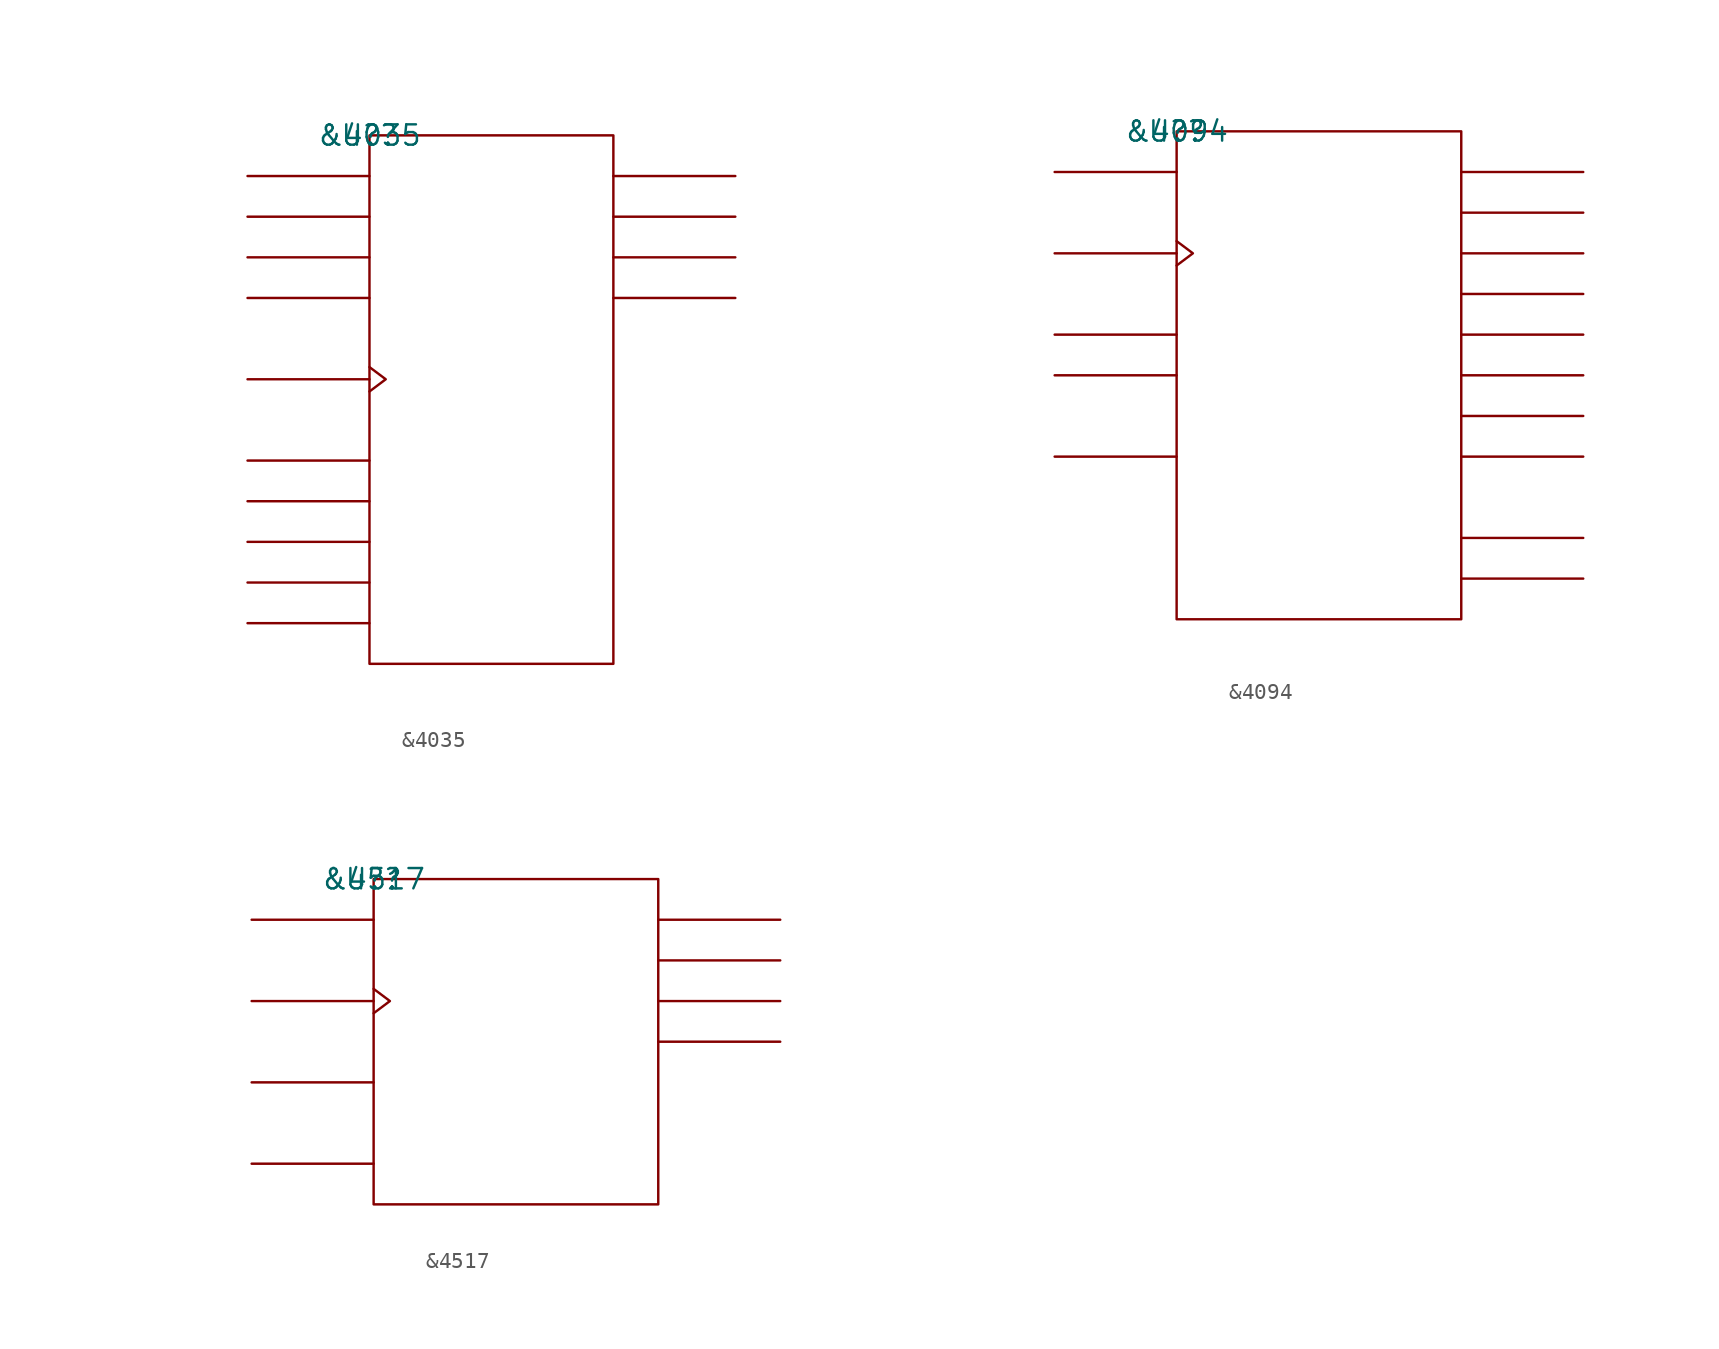
<source format=kicad_sym>
(kicad_symbol_lib
  (version 20211014)
  (generator kicad_symbol_editor)
  (symbol "&4035"
    (pin_names
      (offset 0.762))
    (property "Reference" "U?"
      (at 0 0 0)
      (effects (font (size 1.27 1.27))))
    (property "Value" "&4035"
      (at 0 0 0)
      (effects (font (size 1.27 1.27))))
    (symbol "&4035_0_1"
      (rectangle (start 0 -33.02) (end 15.24 0) (stroke (width 0) (type default) (color 0 0 0 0)) (fill (type none)))
      (polyline (pts (xy 0 -30.48) (xy -7.62 -30.48)) (stroke (width 0) (type default) (color 0 0 0 0)) (fill (type none)))
      (polyline (pts (xy 0 -27.94) (xy -7.62 -27.94)) (stroke (width 0) (type default) (color 0 0 0 0)) (fill (type none)))
      (polyline (pts (xy 0 -25.4) (xy -7.62 -25.4)) (stroke (width 0) (type default) (color 0 0 0 0)) (fill (type none)))
      (polyline (pts (xy 0 -22.86) (xy -7.62 -22.86)) (stroke (width 0) (type default) (color 0 0 0 0)) (fill (type none)))
      (polyline (pts (xy 0 -20.32) (xy -7.62 -20.32)) (stroke (width 0) (type default) (color 0 0 0 0)) (fill (type none)))
      (polyline (pts (xy 0 -15.24) (xy -7.62 -15.24)) (stroke (width 0) (type default) (color 0 0 0 0)) (fill (type none)))
      (polyline (pts (xy 0 -10.16) (xy -7.62 -10.16)) (stroke (width 0) (type default) (color 0 0 0 0)) (fill (type none)))
      (polyline (pts (xy 0 -7.62) (xy -7.62 -7.62)) (stroke (width 0) (type default) (color 0 0 0 0)) (fill (type none)))
      (polyline (pts (xy 0 -5.08) (xy -7.62 -5.08)) (stroke (width 0) (type default) (color 0 0 0 0)) (fill (type none)))
      (polyline (pts (xy 0 -2.54) (xy -7.62 -2.54)) (stroke (width 0) (type default) (color 0 0 0 0)) (fill (type none)))
      (polyline (pts (xy 15.24 -10.16) (xy 22.86 -10.16)) (stroke (width 0) (type default) (color 0 0 0 0)) (fill (type none)))
      (polyline (pts (xy 15.24 -7.62) (xy 22.86 -7.62)) (stroke (width 0) (type default) (color 0 0 0 0)) (fill (type none)))
      (polyline (pts (xy 15.24 -5.08) (xy 22.86 -5.08)) (stroke (width 0) (type default) (color 0 0 0 0)) (fill (type none)))
      (polyline (pts (xy 15.24 -2.54) (xy 22.86 -2.54)) (stroke (width 0) (type default) (color 0 0 0 0)) (fill (type none)))
      (polyline (pts (xy 0 -14.478) (xy 1.016 -15.24) (xy 0 -16.002)) (stroke (width 0) (type default) (color 0 0 0 0)) (fill (type none))))
    (symbol "&4035_1_1"
      (pin unspecified line (at 22.86 -2.54 180) (length 7.62) hide (name "Q0" (effects (font (size 1.245 1.245)))) (number "1" (effects (font (size 1.245 1.245)))))
      (pin unspecified line (at -7.62 -5.08 0) (length 7.62) hide (name "P1" (effects (font (size 1.245 1.245)))) (number "10" (effects (font (size 1.245 1.245)))))
      (pin unspecified line (at -7.62 -7.62 0) (length 7.62) hide (name "P2" (effects (font (size 1.245 1.245)))) (number "11" (effects (font (size 1.245 1.245)))))
      (pin unspecified line (at -7.62 -10.16 0) (length 7.62) hide (name "P3" (effects (font (size 1.245 1.245)))) (number "12" (effects (font (size 1.245 1.245)))))
      (pin unspecified line (at 22.86 -10.16 180) (length 7.62) hide (name "Q3" (effects (font (size 1.245 1.245)))) (number "13" (effects (font (size 1.245 1.245)))))
      (pin unspecified line (at 22.86 -7.62 180) (length 7.62) hide (name "Q2" (effects (font (size 1.245 1.245)))) (number "14" (effects (font (size 1.245 1.245)))))
      (pin unspecified line (at 22.86 -5.08 180) (length 7.62) hide (name "Q1" (effects (font (size 1.245 1.245)))) (number "15" (effects (font (size 1.245 1.245)))))
      (pin power_in line (at 7.62 0 180) (length 7.62) hide (name "VCC" (effects (font (size 1.245 1.245)))) (number "16" (effects (font (size 1.245 1.245)))))
      (pin unspecified line (at -7.62 -30.48 0) (length 7.62) hide (name "T/C\\" (effects (font (size 1.245 1.245)))) (number "2" (effects (font (size 1.245 1.245)))))
      (pin unspecified line (at -7.62 -22.86 0) (length 7.62) hide (name "K\\" (effects (font (size 1.245 1.245)))) (number "3" (effects (font (size 1.245 1.245)))))
      (pin unspecified line (at -7.62 -20.32 0) (length 7.62) hide (name "J" (effects (font (size 1.245 1.245)))) (number "4" (effects (font (size 1.245 1.245)))))
      (pin unspecified line (at -7.62 -27.94 0) (length 7.62) hide (name "RST" (effects (font (size 1.245 1.245)))) (number "5" (effects (font (size 1.245 1.245)))))
      (pin unspecified line (at -7.62 -15.24 180) (length 7.62) hide (name "CLK" (effects (font (size 1.245 1.245)))) (number "6" (effects (font (size 1.245 1.245)))))
      (pin unspecified line (at -7.62 -25.4 0) (length 7.62) hide (name "P/S\\" (effects (font (size 1.245 1.245)))) (number "7" (effects (font (size 1.245 1.245)))))
      (pin power_in line (at 7.62 -33.02 180) (length 7.62) hide (name "GND" (effects (font (size 1.245 1.245)))) (number "8" (effects (font (size 1.245 1.245)))))
      (pin unspecified line (at -7.62 -2.54 0) (length 7.62) hide (name "P0" (effects (font (size 1.245 1.245)))) (number "9" (effects (font (size 1.245 1.245)))))))
  (symbol "&4094"
    (pin_names
      (offset 0.762))
    (property "Reference" "U?"
      (at 0 0 0)
      (effects (font (size 1.27 1.27))))
    (property "Value" "&4094"
      (at 0 0 0)
      (effects (font (size 1.27 1.27))))
    (symbol "&4094_0_1"
      (rectangle (start 0 -30.48) (end 17.78 0) (stroke (width 0) (type default) (color 0 0 0 0)) (fill (type none)))
      (polyline (pts (xy 0 -20.32) (xy -7.62 -20.32)) (stroke (width 0) (type default) (color 0 0 0 0)) (fill (type none)))
      (polyline (pts (xy 0 -15.24) (xy -7.62 -15.24)) (stroke (width 0) (type default) (color 0 0 0 0)) (fill (type none)))
      (polyline (pts (xy 0 -12.7) (xy -7.62 -12.7)) (stroke (width 0) (type default) (color 0 0 0 0)) (fill (type none)))
      (polyline (pts (xy 0 -7.62) (xy -7.62 -7.62)) (stroke (width 0) (type default) (color 0 0 0 0)) (fill (type none)))
      (polyline (pts (xy 0 -2.54) (xy -7.62 -2.54)) (stroke (width 0) (type default) (color 0 0 0 0)) (fill (type none)))
      (polyline (pts (xy 17.78 -27.94) (xy 25.4 -27.94)) (stroke (width 0) (type default) (color 0 0 0 0)) (fill (type none)))
      (polyline (pts (xy 17.78 -25.4) (xy 25.4 -25.4)) (stroke (width 0) (type default) (color 0 0 0 0)) (fill (type none)))
      (polyline (pts (xy 17.78 -20.32) (xy 25.4 -20.32)) (stroke (width 0) (type default) (color 0 0 0 0)) (fill (type none)))
      (polyline (pts (xy 17.78 -17.78) (xy 25.4 -17.78)) (stroke (width 0) (type default) (color 0 0 0 0)) (fill (type none)))
      (polyline (pts (xy 17.78 -15.24) (xy 25.4 -15.24)) (stroke (width 0) (type default) (color 0 0 0 0)) (fill (type none)))
      (polyline (pts (xy 17.78 -12.7) (xy 25.4 -12.7)) (stroke (width 0) (type default) (color 0 0 0 0)) (fill (type none)))
      (polyline (pts (xy 17.78 -10.16) (xy 25.4 -10.16)) (stroke (width 0) (type default) (color 0 0 0 0)) (fill (type none)))
      (polyline (pts (xy 17.78 -7.62) (xy 25.4 -7.62)) (stroke (width 0) (type default) (color 0 0 0 0)) (fill (type none)))
      (polyline (pts (xy 17.78 -5.08) (xy 25.4 -5.08)) (stroke (width 0) (type default) (color 0 0 0 0)) (fill (type none)))
      (polyline (pts (xy 17.78 -2.54) (xy 25.4 -2.54)) (stroke (width 0) (type default) (color 0 0 0 0)) (fill (type none)))
      (polyline (pts (xy 0 -6.858) (xy 1.016 -7.62) (xy 0 -8.382)) (stroke (width 0) (type default) (color 0 0 0 0)) (fill (type none))))
    (symbol "&4094_1_1"
      (pin unspecified line (at -7.62 -15.24 0) (length 7.62) hide (name "STR" (effects (font (size 1.245 1.245)))) (number "1" (effects (font (size 1.245 1.245)))))
      (pin unspecified line (at 25.4 -27.94 180) (length 7.62) hide (name "QS2" (effects (font (size 1.245 1.245)))) (number "10" (effects (font (size 1.245 1.245)))))
      (pin unspecified line (at 25.4 -20.32 180) (length 7.62) hide (name "Q8" (effects (font (size 1.245 1.245)))) (number "11" (effects (font (size 1.245 1.245)))))
      (pin unspecified line (at 25.4 -17.78 180) (length 7.62) hide (name "Q7" (effects (font (size 1.245 1.245)))) (number "12" (effects (font (size 1.245 1.245)))))
      (pin unspecified line (at 25.4 -15.24 180) (length 7.62) hide (name "Q6" (effects (font (size 1.245 1.245)))) (number "13" (effects (font (size 1.245 1.245)))))
      (pin unspecified line (at 25.4 -12.7 180) (length 7.62) hide (name "Q5" (effects (font (size 1.245 1.245)))) (number "14" (effects (font (size 1.245 1.245)))))
      (pin unspecified line (at -7.62 -12.7 0) (length 7.62) hide (name "OE" (effects (font (size 1.245 1.245)))) (number "15" (effects (font (size 1.245 1.245)))))
      (pin power_in line (at -7.62 -20.32 0) (length 7.62) hide (name "VCC" (effects (font (size 1.245 1.245)))) (number "16" (effects (font (size 1.245 1.245)))))
      (pin unspecified line (at -7.62 -2.54 0) (length 7.62) hide (name "D" (effects (font (size 1.245 1.245)))) (number "2" (effects (font (size 1.245 1.245)))))
      (pin unspecified line (at -7.62 -7.62 180) (length 7.62) hide (name "CLK" (effects (font (size 1.245 1.245)))) (number "3" (effects (font (size 1.245 1.245)))))
      (pin unspecified line (at 25.4 -2.54 180) (length 7.62) hide (name "Q1" (effects (font (size 1.245 1.245)))) (number "4" (effects (font (size 1.245 1.245)))))
      (pin unspecified line (at 25.4 -5.08 180) (length 7.62) hide (name "Q2" (effects (font (size 1.245 1.245)))) (number "5" (effects (font (size 1.245 1.245)))))
      (pin unspecified line (at 25.4 -7.62 180) (length 7.62) hide (name "Q3" (effects (font (size 1.245 1.245)))) (number "6" (effects (font (size 1.245 1.245)))))
      (pin unspecified line (at 25.4 -10.16 180) (length 7.62) hide (name "Q4" (effects (font (size 1.245 1.245)))) (number "7" (effects (font (size 1.245 1.245)))))
      (pin power_in line (at 5.08 -30.48 0) (length 7.62) hide (name "GND" (effects (font (size 1.245 1.245)))) (number "8" (effects (font (size 1.245 1.245)))))
      (pin unspecified line (at 25.4 -25.4 180) (length 7.62) hide (name "QS1" (effects (font (size 1.245 1.245)))) (number "9" (effects (font (size 1.245 1.245)))))))
  (symbol "&4517"
    (pin_names
      (offset 0.762))
    (property "Reference" "U?"
      (at 0 0 0)
      (effects (font (size 1.27 1.27))))
    (property "Value" "&4517"
      (at 0 0 0)
      (effects (font (size 1.27 1.27))))
    (symbol "&4517_0_1"
      (rectangle (start 0 -20.32) (end 17.78 0) (stroke (width 0) (type default) (color 0 0 0 0)) (fill (type none)))
      (polyline (pts (xy 0 -17.78) (xy -7.62 -17.78)) (stroke (width 0) (type default) (color 0 0 0 0)) (fill (type none)))
      (polyline (pts (xy 0 -12.7) (xy -7.62 -12.7)) (stroke (width 0) (type default) (color 0 0 0 0)) (fill (type none)))
      (polyline (pts (xy 0 -7.62) (xy -7.62 -7.62)) (stroke (width 0) (type default) (color 0 0 0 0)) (fill (type none)))
      (polyline (pts (xy 0 -2.54) (xy -7.62 -2.54)) (stroke (width 0) (type default) (color 0 0 0 0)) (fill (type none)))
      (polyline (pts (xy 17.78 -10.16) (xy 25.4 -10.16)) (stroke (width 0) (type default) (color 0 0 0 0)) (fill (type none)))
      (polyline (pts (xy 17.78 -7.62) (xy 25.4 -7.62)) (stroke (width 0) (type default) (color 0 0 0 0)) (fill (type none)))
      (polyline (pts (xy 17.78 -5.08) (xy 25.4 -5.08)) (stroke (width 0) (type default) (color 0 0 0 0)) (fill (type none)))
      (polyline (pts (xy 17.78 -2.54) (xy 25.4 -2.54)) (stroke (width 0) (type default) (color 0 0 0 0)) (fill (type none)))
      (polyline (pts (xy 0 -6.858) (xy 1.016 -7.62) (xy 0 -8.382)) (stroke (width 0) (type default) (color 0 0 0 0)) (fill (type none))))
    (symbol "&4517_1_1"
      (pin unspecified line (at 25.4 -2.54 180) (length 7.62) hide (name "Q16" (effects (font (size 1.245 1.245)))) (number "1" (effects (font (size 1.245 1.245)))))
      (pin power_in line (at -7.62 -17.78 0) (length 7.62) hide (name "VCC" (effects (font (size 1.245 1.245)))) (number "16" (effects (font (size 1.245 1.245)))))
      (pin unspecified line (at 25.4 -7.62 180) (length 7.62) hide (name "Q48" (effects (font (size 1.245 1.245)))) (number "2" (effects (font (size 1.245 1.245)))))
      (pin unspecified line (at -7.62 -12.7 0) (length 7.62) hide (name "WE" (effects (font (size 1.245 1.245)))) (number "3" (effects (font (size 1.245 1.245)))))
      (pin unspecified line (at -7.62 -7.62 180) (length 7.62) hide (name "CLK" (effects (font (size 1.245 1.245)))) (number "4" (effects (font (size 1.245 1.245)))))
      (pin unspecified line (at 25.4 -10.16 180) (length 7.62) hide (name "Q64" (effects (font (size 1.245 1.245)))) (number "5" (effects (font (size 1.245 1.245)))))
      (pin unspecified line (at 25.4 -5.08 180) (length 7.62) hide (name "Q32" (effects (font (size 1.245 1.245)))) (number "6" (effects (font (size 1.245 1.245)))))
      (pin unspecified line (at -7.62 -2.54 0) (length 7.62) hide (name "D" (effects (font (size 1.245 1.245)))) (number "7" (effects (font (size 1.245 1.245)))))
      (pin power_in line (at 10.16 -20.32 0) (length 7.62) hide (name "GND" (effects (font (size 1.245 1.245)))) (number "8" (effects (font (size 1.245 1.245))))))))
</source>
